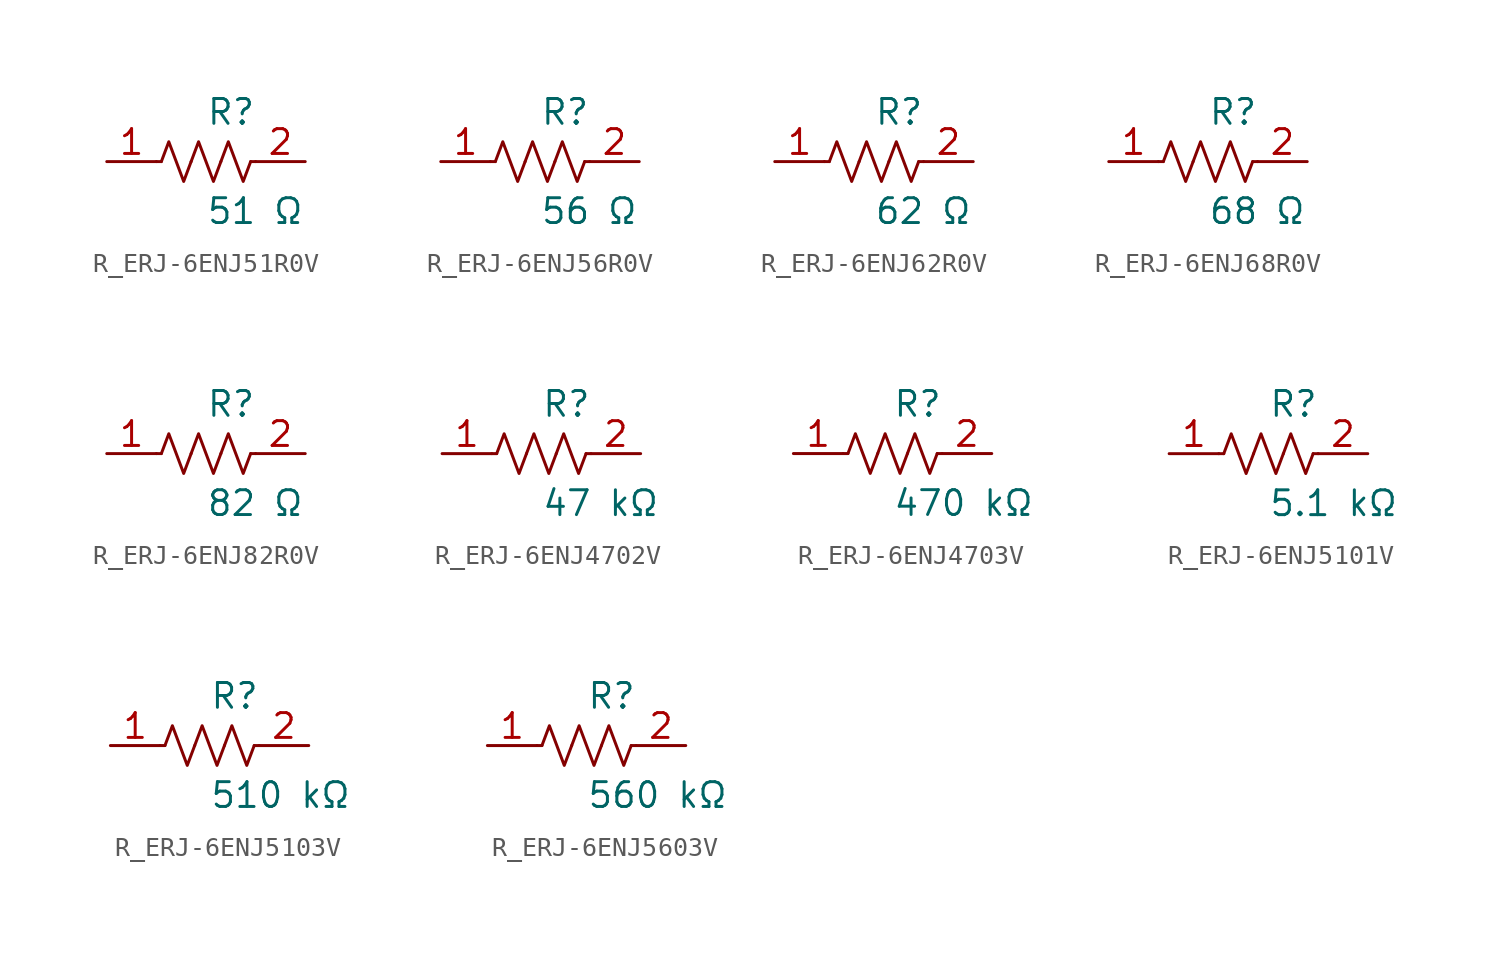
<source format=kicad_sym>
(kicad_symbol_lib
  (version 20231120)
  (generator kicad_symbol_editor)
  (generator_version 8.0)
  (symbol "R_ERJ-6ENJ51R0V"
    (pin_names
      (offset 0.254))
    (property "Reference" "R"
      (at 0.0 2.54 0)
      (effects (font (size 1.27 1.27)) (justify left)))
    (property "Value" "51 Ω"
      (at 0.0 -2.54 0)
      (effects (font (size 1.27 1.27)) (justify left)))
    (symbol "R_ERJ-6ENJ51R0V_0_1"
      (polyline (pts (xy 2.286 0) (xy 2.54 0)) (stroke (width 0) (type default)) (fill (type none)))
      (polyline (pts (xy -2.286 0) (xy -2.54 0)) (stroke (width 0) (type default)) (fill (type none)))
      (polyline (pts (xy 0.762 0) (xy 1.143 1.016) (xy 1.524 0) (xy 1.905 -1.016) (xy 2.286 0)) (stroke (width 0) (type default)) (fill (type none)))
      (polyline (pts (xy -0.762 0) (xy -0.381 1.016) (xy 0 0) (xy 0.381 -1.016) (xy 0.762 0)) (stroke (width 0) (type default)) (fill (type none)))
      (polyline (pts (xy -2.286 0) (xy -1.905 1.016) (xy -1.524 0) (xy -1.143 -1.016) (xy -0.762 0)) (stroke (width 0) (type default)) (fill (type none))))
    (pin unspecified line
      (at -5.08 0 0)
      (length 2.54)
      (name "" (effects (font (size 1.27 1.27))))
      (number "1" (effects (font (size 1.27 1.27)))))
    (pin unspecified line
      (at 5.08 0 180)
      (length 2.54)
      (name "" (effects (font (size 1.27 1.27))))
      (number "2" (effects (font (size 1.27 1.27))))))
  (symbol "R_ERJ-6ENJ56R0V"
    (pin_names
      (offset 0.254))
    (property "Reference" "R"
      (at 0.0 2.54 0)
      (effects (font (size 1.27 1.27)) (justify left)))
    (property "Value" "56 Ω"
      (at 0.0 -2.54 0)
      (effects (font (size 1.27 1.27)) (justify left)))
    (symbol "R_ERJ-6ENJ56R0V_0_1"
      (polyline (pts (xy 2.286 0) (xy 2.54 0)) (stroke (width 0) (type default)) (fill (type none)))
      (polyline (pts (xy -2.286 0) (xy -2.54 0)) (stroke (width 0) (type default)) (fill (type none)))
      (polyline (pts (xy 0.762 0) (xy 1.143 1.016) (xy 1.524 0) (xy 1.905 -1.016) (xy 2.286 0)) (stroke (width 0) (type default)) (fill (type none)))
      (polyline (pts (xy -0.762 0) (xy -0.381 1.016) (xy 0 0) (xy 0.381 -1.016) (xy 0.762 0)) (stroke (width 0) (type default)) (fill (type none)))
      (polyline (pts (xy -2.286 0) (xy -1.905 1.016) (xy -1.524 0) (xy -1.143 -1.016) (xy -0.762 0)) (stroke (width 0) (type default)) (fill (type none))))
    (pin unspecified line
      (at -5.08 0 0)
      (length 2.54)
      (name "" (effects (font (size 1.27 1.27))))
      (number "1" (effects (font (size 1.27 1.27)))))
    (pin unspecified line
      (at 5.08 0 180)
      (length 2.54)
      (name "" (effects (font (size 1.27 1.27))))
      (number "2" (effects (font (size 1.27 1.27))))))
  (symbol "R_ERJ-6ENJ62R0V"
    (pin_names
      (offset 0.254))
    (property "Reference" "R"
      (at 0.0 2.54 0)
      (effects (font (size 1.27 1.27)) (justify left)))
    (property "Value" "62 Ω"
      (at 0.0 -2.54 0)
      (effects (font (size 1.27 1.27)) (justify left)))
    (symbol "R_ERJ-6ENJ62R0V_0_1"
      (polyline (pts (xy 2.286 0) (xy 2.54 0)) (stroke (width 0) (type default)) (fill (type none)))
      (polyline (pts (xy -2.286 0) (xy -2.54 0)) (stroke (width 0) (type default)) (fill (type none)))
      (polyline (pts (xy 0.762 0) (xy 1.143 1.016) (xy 1.524 0) (xy 1.905 -1.016) (xy 2.286 0)) (stroke (width 0) (type default)) (fill (type none)))
      (polyline (pts (xy -0.762 0) (xy -0.381 1.016) (xy 0 0) (xy 0.381 -1.016) (xy 0.762 0)) (stroke (width 0) (type default)) (fill (type none)))
      (polyline (pts (xy -2.286 0) (xy -1.905 1.016) (xy -1.524 0) (xy -1.143 -1.016) (xy -0.762 0)) (stroke (width 0) (type default)) (fill (type none))))
    (pin unspecified line
      (at -5.08 0 0)
      (length 2.54)
      (name "" (effects (font (size 1.27 1.27))))
      (number "1" (effects (font (size 1.27 1.27)))))
    (pin unspecified line
      (at 5.08 0 180)
      (length 2.54)
      (name "" (effects (font (size 1.27 1.27))))
      (number "2" (effects (font (size 1.27 1.27))))))
  (symbol "R_ERJ-6ENJ68R0V"
    (pin_names
      (offset 0.254))
    (property "Reference" "R"
      (at 0.0 2.54 0)
      (effects (font (size 1.27 1.27)) (justify left)))
    (property "Value" "68 Ω"
      (at 0.0 -2.54 0)
      (effects (font (size 1.27 1.27)) (justify left)))
    (symbol "R_ERJ-6ENJ68R0V_0_1"
      (polyline (pts (xy 2.286 0) (xy 2.54 0)) (stroke (width 0) (type default)) (fill (type none)))
      (polyline (pts (xy -2.286 0) (xy -2.54 0)) (stroke (width 0) (type default)) (fill (type none)))
      (polyline (pts (xy 0.762 0) (xy 1.143 1.016) (xy 1.524 0) (xy 1.905 -1.016) (xy 2.286 0)) (stroke (width 0) (type default)) (fill (type none)))
      (polyline (pts (xy -0.762 0) (xy -0.381 1.016) (xy 0 0) (xy 0.381 -1.016) (xy 0.762 0)) (stroke (width 0) (type default)) (fill (type none)))
      (polyline (pts (xy -2.286 0) (xy -1.905 1.016) (xy -1.524 0) (xy -1.143 -1.016) (xy -0.762 0)) (stroke (width 0) (type default)) (fill (type none))))
    (pin unspecified line
      (at -5.08 0 0)
      (length 2.54)
      (name "" (effects (font (size 1.27 1.27))))
      (number "1" (effects (font (size 1.27 1.27)))))
    (pin unspecified line
      (at 5.08 0 180)
      (length 2.54)
      (name "" (effects (font (size 1.27 1.27))))
      (number "2" (effects (font (size 1.27 1.27))))))
  (symbol "R_ERJ-6ENJ82R0V"
    (pin_names
      (offset 0.254))
    (property "Reference" "R"
      (at 0.0 2.54 0)
      (effects (font (size 1.27 1.27)) (justify left)))
    (property "Value" "82 Ω"
      (at 0.0 -2.54 0)
      (effects (font (size 1.27 1.27)) (justify left)))
    (symbol "R_ERJ-6ENJ82R0V_0_1"
      (polyline (pts (xy 2.286 0) (xy 2.54 0)) (stroke (width 0) (type default)) (fill (type none)))
      (polyline (pts (xy -2.286 0) (xy -2.54 0)) (stroke (width 0) (type default)) (fill (type none)))
      (polyline (pts (xy 0.762 0) (xy 1.143 1.016) (xy 1.524 0) (xy 1.905 -1.016) (xy 2.286 0)) (stroke (width 0) (type default)) (fill (type none)))
      (polyline (pts (xy -0.762 0) (xy -0.381 1.016) (xy 0 0) (xy 0.381 -1.016) (xy 0.762 0)) (stroke (width 0) (type default)) (fill (type none)))
      (polyline (pts (xy -2.286 0) (xy -1.905 1.016) (xy -1.524 0) (xy -1.143 -1.016) (xy -0.762 0)) (stroke (width 0) (type default)) (fill (type none))))
    (pin unspecified line
      (at -5.08 0 0)
      (length 2.54)
      (name "" (effects (font (size 1.27 1.27))))
      (number "1" (effects (font (size 1.27 1.27)))))
    (pin unspecified line
      (at 5.08 0 180)
      (length 2.54)
      (name "" (effects (font (size 1.27 1.27))))
      (number "2" (effects (font (size 1.27 1.27))))))
  (symbol "R_ERJ-6ENJ4702V"
    (pin_names
      (offset 0.254))
    (property "Reference" "R"
      (at 0.0 2.54 0)
      (effects (font (size 1.27 1.27)) (justify left)))
    (property "Value" "47 kΩ"
      (at 0.0 -2.54 0)
      (effects (font (size 1.27 1.27)) (justify left)))
    (symbol "R_ERJ-6ENJ4702V_0_1"
      (polyline (pts (xy 2.286 0) (xy 2.54 0)) (stroke (width 0) (type default)) (fill (type none)))
      (polyline (pts (xy -2.286 0) (xy -2.54 0)) (stroke (width 0) (type default)) (fill (type none)))
      (polyline (pts (xy 0.762 0) (xy 1.143 1.016) (xy 1.524 0) (xy 1.905 -1.016) (xy 2.286 0)) (stroke (width 0) (type default)) (fill (type none)))
      (polyline (pts (xy -0.762 0) (xy -0.381 1.016) (xy 0 0) (xy 0.381 -1.016) (xy 0.762 0)) (stroke (width 0) (type default)) (fill (type none)))
      (polyline (pts (xy -2.286 0) (xy -1.905 1.016) (xy -1.524 0) (xy -1.143 -1.016) (xy -0.762 0)) (stroke (width 0) (type default)) (fill (type none))))
    (pin unspecified line
      (at -5.08 0 0)
      (length 2.54)
      (name "" (effects (font (size 1.27 1.27))))
      (number "1" (effects (font (size 1.27 1.27)))))
    (pin unspecified line
      (at 5.08 0 180)
      (length 2.54)
      (name "" (effects (font (size 1.27 1.27))))
      (number "2" (effects (font (size 1.27 1.27))))))
  (symbol "R_ERJ-6ENJ4703V"
    (pin_names
      (offset 0.254))
    (property "Reference" "R"
      (at 0.0 2.54 0)
      (effects (font (size 1.27 1.27)) (justify left)))
    (property "Value" "470 kΩ"
      (at 0.0 -2.54 0)
      (effects (font (size 1.27 1.27)) (justify left)))
    (symbol "R_ERJ-6ENJ4703V_0_1"
      (polyline (pts (xy 2.286 0) (xy 2.54 0)) (stroke (width 0) (type default)) (fill (type none)))
      (polyline (pts (xy -2.286 0) (xy -2.54 0)) (stroke (width 0) (type default)) (fill (type none)))
      (polyline (pts (xy 0.762 0) (xy 1.143 1.016) (xy 1.524 0) (xy 1.905 -1.016) (xy 2.286 0)) (stroke (width 0) (type default)) (fill (type none)))
      (polyline (pts (xy -0.762 0) (xy -0.381 1.016) (xy 0 0) (xy 0.381 -1.016) (xy 0.762 0)) (stroke (width 0) (type default)) (fill (type none)))
      (polyline (pts (xy -2.286 0) (xy -1.905 1.016) (xy -1.524 0) (xy -1.143 -1.016) (xy -0.762 0)) (stroke (width 0) (type default)) (fill (type none))))
    (pin unspecified line
      (at -5.08 0 0)
      (length 2.54)
      (name "" (effects (font (size 1.27 1.27))))
      (number "1" (effects (font (size 1.27 1.27)))))
    (pin unspecified line
      (at 5.08 0 180)
      (length 2.54)
      (name "" (effects (font (size 1.27 1.27))))
      (number "2" (effects (font (size 1.27 1.27))))))
  (symbol "R_ERJ-6ENJ5101V"
    (pin_names
      (offset 0.254))
    (property "Reference" "R"
      (at 0.0 2.54 0)
      (effects (font (size 1.27 1.27)) (justify left)))
    (property "Value" "5.1 kΩ"
      (at 0.0 -2.54 0)
      (effects (font (size 1.27 1.27)) (justify left)))
    (symbol "R_ERJ-6ENJ5101V_0_1"
      (polyline (pts (xy 2.286 0) (xy 2.54 0)) (stroke (width 0) (type default)) (fill (type none)))
      (polyline (pts (xy -2.286 0) (xy -2.54 0)) (stroke (width 0) (type default)) (fill (type none)))
      (polyline (pts (xy 0.762 0) (xy 1.143 1.016) (xy 1.524 0) (xy 1.905 -1.016) (xy 2.286 0)) (stroke (width 0) (type default)) (fill (type none)))
      (polyline (pts (xy -0.762 0) (xy -0.381 1.016) (xy 0 0) (xy 0.381 -1.016) (xy 0.762 0)) (stroke (width 0) (type default)) (fill (type none)))
      (polyline (pts (xy -2.286 0) (xy -1.905 1.016) (xy -1.524 0) (xy -1.143 -1.016) (xy -0.762 0)) (stroke (width 0) (type default)) (fill (type none))))
    (pin unspecified line
      (at -5.08 0 0)
      (length 2.54)
      (name "" (effects (font (size 1.27 1.27))))
      (number "1" (effects (font (size 1.27 1.27)))))
    (pin unspecified line
      (at 5.08 0 180)
      (length 2.54)
      (name "" (effects (font (size 1.27 1.27))))
      (number "2" (effects (font (size 1.27 1.27))))))
  (symbol "R_ERJ-6ENJ5103V"
    (pin_names
      (offset 0.254))
    (property "Reference" "R"
      (at 0.0 2.54 0)
      (effects (font (size 1.27 1.27)) (justify left)))
    (property "Value" "510 kΩ"
      (at 0.0 -2.54 0)
      (effects (font (size 1.27 1.27)) (justify left)))
    (symbol "R_ERJ-6ENJ5103V_0_1"
      (polyline (pts (xy 2.286 0) (xy 2.54 0)) (stroke (width 0) (type default)) (fill (type none)))
      (polyline (pts (xy -2.286 0) (xy -2.54 0)) (stroke (width 0) (type default)) (fill (type none)))
      (polyline (pts (xy 0.762 0) (xy 1.143 1.016) (xy 1.524 0) (xy 1.905 -1.016) (xy 2.286 0)) (stroke (width 0) (type default)) (fill (type none)))
      (polyline (pts (xy -0.762 0) (xy -0.381 1.016) (xy 0 0) (xy 0.381 -1.016) (xy 0.762 0)) (stroke (width 0) (type default)) (fill (type none)))
      (polyline (pts (xy -2.286 0) (xy -1.905 1.016) (xy -1.524 0) (xy -1.143 -1.016) (xy -0.762 0)) (stroke (width 0) (type default)) (fill (type none))))
    (pin unspecified line
      (at -5.08 0 0)
      (length 2.54)
      (name "" (effects (font (size 1.27 1.27))))
      (number "1" (effects (font (size 1.27 1.27)))))
    (pin unspecified line
      (at 5.08 0 180)
      (length 2.54)
      (name "" (effects (font (size 1.27 1.27))))
      (number "2" (effects (font (size 1.27 1.27))))))
  (symbol "R_ERJ-6ENJ5603V"
    (pin_names
      (offset 0.254))
    (property "Reference" "R"
      (at 0.0 2.54 0)
      (effects (font (size 1.27 1.27)) (justify left)))
    (property "Value" "560 kΩ"
      (at 0.0 -2.54 0)
      (effects (font (size 1.27 1.27)) (justify left)))
    (symbol "R_ERJ-6ENJ5603V_0_1"
      (polyline (pts (xy 2.286 0) (xy 2.54 0)) (stroke (width 0) (type default)) (fill (type none)))
      (polyline (pts (xy -2.286 0) (xy -2.54 0)) (stroke (width 0) (type default)) (fill (type none)))
      (polyline (pts (xy 0.762 0) (xy 1.143 1.016) (xy 1.524 0) (xy 1.905 -1.016) (xy 2.286 0)) (stroke (width 0) (type default)) (fill (type none)))
      (polyline (pts (xy -0.762 0) (xy -0.381 1.016) (xy 0 0) (xy 0.381 -1.016) (xy 0.762 0)) (stroke (width 0) (type default)) (fill (type none)))
      (polyline (pts (xy -2.286 0) (xy -1.905 1.016) (xy -1.524 0) (xy -1.143 -1.016) (xy -0.762 0)) (stroke (width 0) (type default)) (fill (type none))))
    (pin unspecified line
      (at -5.08 0 0)
      (length 2.54)
      (name "" (effects (font (size 1.27 1.27))))
      (number "1" (effects (font (size 1.27 1.27)))))
    (pin unspecified line
      (at 5.08 0 180)
      (length 2.54)
      (name "" (effects (font (size 1.27 1.27))))
      (number "2" (effects (font (size 1.27 1.27)))))))
</source>
